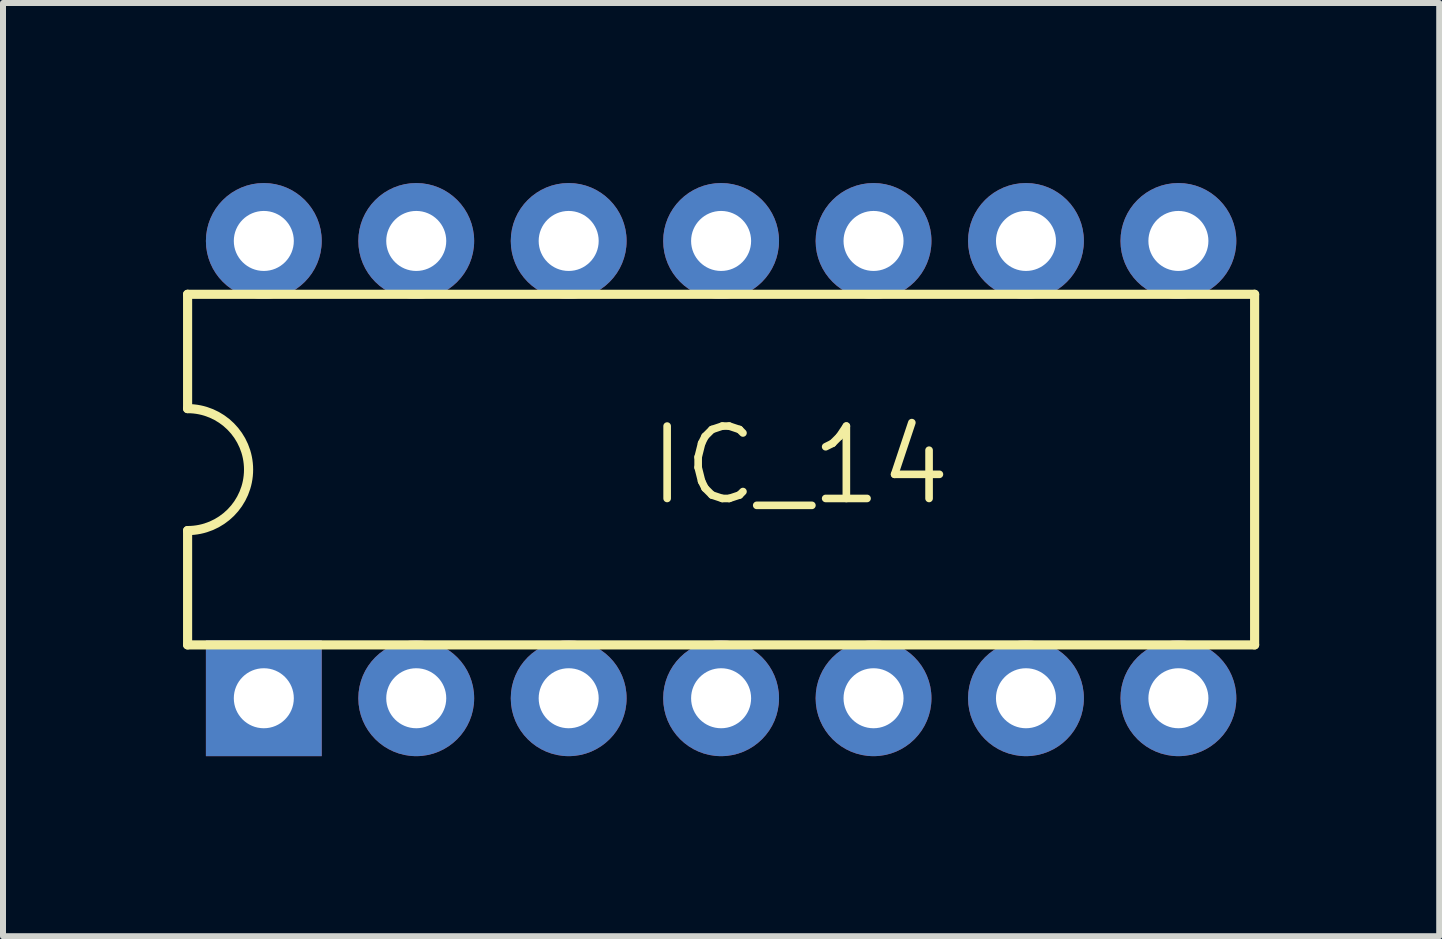
<source format=kicad_pcb>
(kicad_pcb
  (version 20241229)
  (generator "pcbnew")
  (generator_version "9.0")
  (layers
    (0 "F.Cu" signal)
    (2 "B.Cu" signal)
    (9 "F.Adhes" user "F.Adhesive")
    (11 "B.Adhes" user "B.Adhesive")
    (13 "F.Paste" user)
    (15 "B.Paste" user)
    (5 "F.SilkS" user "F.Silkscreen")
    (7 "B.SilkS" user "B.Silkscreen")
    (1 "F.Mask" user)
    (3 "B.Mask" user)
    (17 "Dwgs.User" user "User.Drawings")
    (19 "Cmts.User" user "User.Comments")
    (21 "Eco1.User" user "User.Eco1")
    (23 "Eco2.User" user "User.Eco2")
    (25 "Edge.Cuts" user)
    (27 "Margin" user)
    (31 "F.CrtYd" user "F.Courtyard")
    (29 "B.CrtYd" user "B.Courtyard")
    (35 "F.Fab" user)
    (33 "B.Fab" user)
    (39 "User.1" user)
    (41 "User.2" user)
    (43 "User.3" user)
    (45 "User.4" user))
  (footprint "IC_14"
    (layer "F.Cu")
    (at 8.966 4.775)
    (property "Reference" "IC_14" (at -1.27 0.635 0) (layer "F.SilkS") (effects (font (size 1.206 1.206) (thickness 0.127)) (justify left bottom)))
    (attr through_hole)
    (fp_line (start -8.89 -2.921) (end -8.89 -1.016) (stroke (width 0.152) (type solid)) (layer "F.SilkS"))
    (fp_line (start -8.89 2.921) (end -8.89 1.016) (stroke (width 0.152) (type solid)) (layer "F.SilkS"))
    (fp_line (start -8.89 2.921) (end 8.89 2.921) (stroke (width 0.152) (type solid)) (layer "F.SilkS"))
    (fp_line (start 8.89 -2.921) (end -8.89 -2.921) (stroke (width 0.152) (type solid)) (layer "F.SilkS"))
    (fp_line (start 8.89 -2.921) (end 8.89 2.921) (stroke (width 0.152) (type solid)) (layer "F.SilkS"))
    (fp_arc (start -8.89 -1.016) (mid -7.874 0) (end -8.89 1.016) (stroke (width 0.1524) (type solid)) (layer "F.SilkS"))
    (pad "1" thru_hole rect (at -7.62 3.81 90) (size 1.93 1.93) (drill 1) (layers "*.Cu" "*.Mask"))
    (pad "2" thru_hole oval (at -5.08 3.81 90) (size 1.93 1.93) (drill 1) (layers "*.Cu" "*.Mask"))
    (pad "3" thru_hole oval (at -2.54 3.81 90) (size 1.93 1.93) (drill 1) (layers "*.Cu" "*.Mask"))
    (pad "4" thru_hole oval (at 0 3.81 90) (size 1.93 1.93) (drill 1) (layers "*.Cu" "*.Mask"))
    (pad "5" thru_hole oval (at 2.54 3.81 90) (size 1.93 1.93) (drill 1) (layers "*.Cu" "*.Mask"))
    (pad "6" thru_hole oval (at 5.08 3.81 90) (size 1.93 1.93) (drill 1) (layers "*.Cu" "*.Mask"))
    (pad "7" thru_hole oval (at 7.62 3.81 90) (size 1.93 1.93) (drill 1) (layers "*.Cu" "*.Mask"))
    (pad "8" thru_hole oval (at 7.62 -3.81 90) (size 1.93 1.93) (drill 1) (layers "*.Cu" "*.Mask"))
    (pad "9" thru_hole oval (at 5.08 -3.81 90) (size 1.93 1.93) (drill 1) (layers "*.Cu" "*.Mask"))
    (pad "10" thru_hole oval (at 2.54 -3.81 90) (size 1.93 1.93) (drill 1) (layers "*.Cu" "*.Mask"))
    (pad "11" thru_hole oval (at 0 -3.81 90) (size 1.93 1.93) (drill 1) (layers "*.Cu" "*.Mask"))
    (pad "12" thru_hole oval (at -2.54 -3.81 90) (size 1.93 1.93) (drill 1) (layers "*.Cu" "*.Mask"))
    (pad "13" thru_hole oval (at -5.08 -3.81 90) (size 1.93 1.93) (drill 1) (layers "*.Cu" "*.Mask"))
    (pad "14" thru_hole oval (at -7.62 -3.81 90) (size 1.93 1.93) (drill 1) (layers "*.Cu" "*.Mask")))
  (gr_rect
    (start -3 -3)
    (end 20.932 12.55)
    (stroke (width 0.1) (type default))
    (fill no)
    (layer "Edge.Cuts")))
</source>
